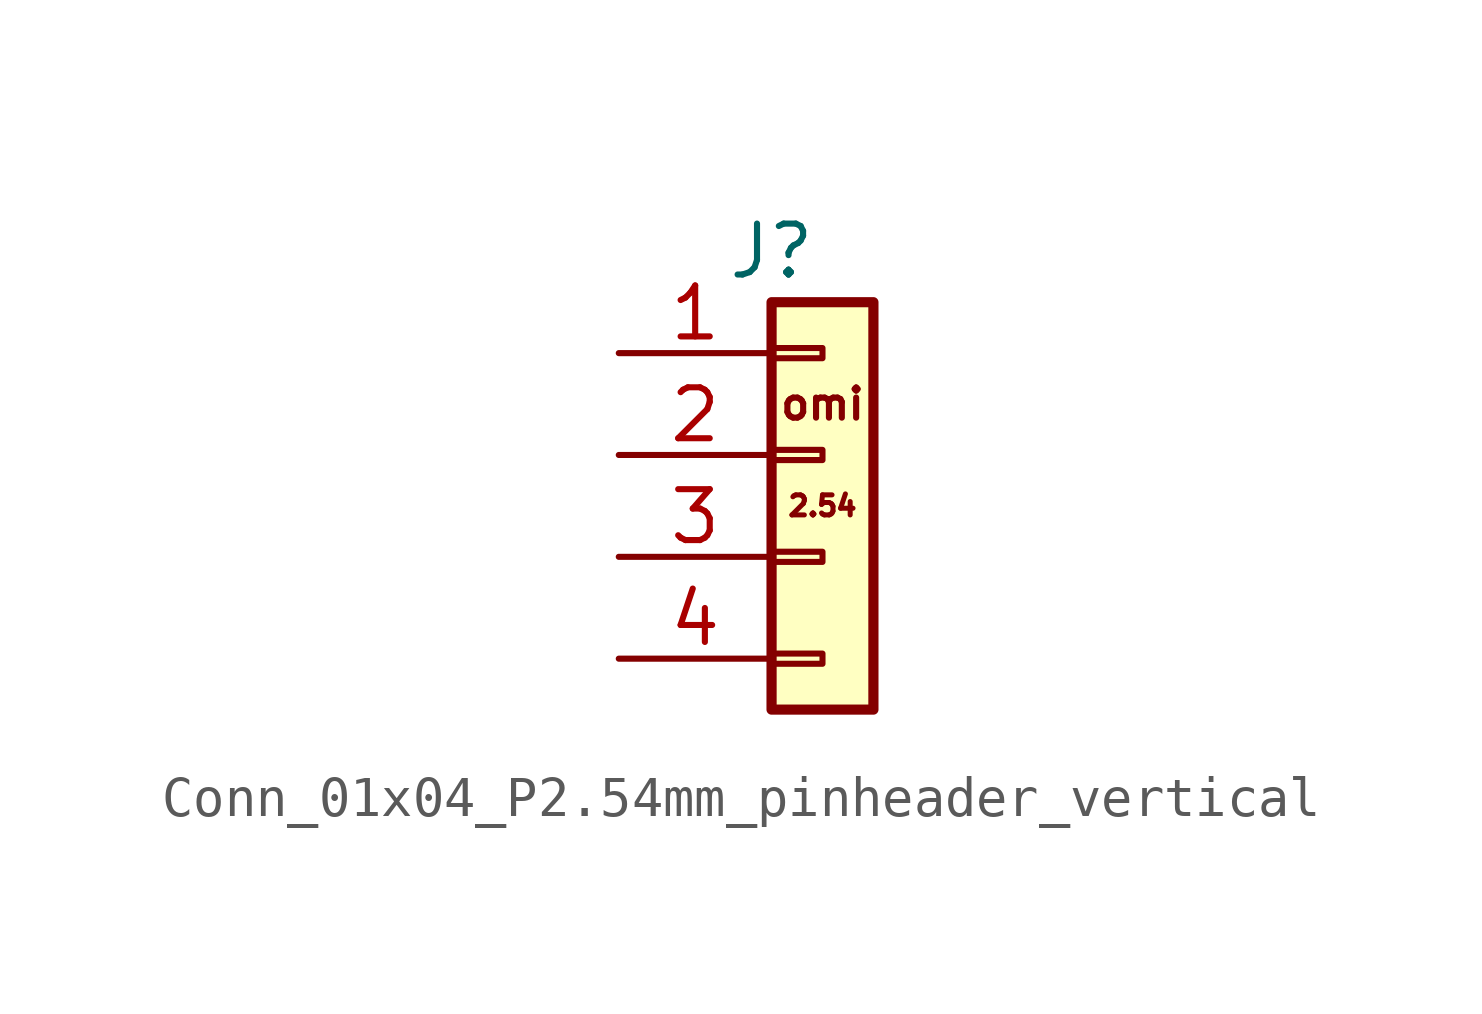
<source format=kicad_sym>
(kicad_symbol_lib
  (version 20220914)
  (generator kicad_symbol_editor)
  (symbol "Conn_01x04_P2.54mm_pinheader_vertical"
    (pin_names
      (offset 1.016) hide)
    (property "Reference" "J"
      (at -1.27 10.16 0)
      (effects (font (size 1.27 1.27))))
    (symbol "Conn_01x04_P2.54mm_pinheader_vertical_1_1"
      (rectangle (start -1.27 0.127) (end 0 -0.127) (stroke (width 0.152) (type default)) (fill (type none)))
      (rectangle (start -1.27 2.667) (end 0 2.413) (stroke (width 0.152) (type default)) (fill (type none)))
      (rectangle (start -1.27 5.207) (end 0 4.953) (stroke (width 0.152) (type default)) (fill (type none)))
      (rectangle (start -1.27 7.747) (end 0 7.493) (stroke (width 0.152) (type default)) (fill (type none)))
      (rectangle (start -1.27 8.89) (end 1.27 -1.27) (stroke (width 0.254) (type default)) (fill (type background)))
      (text "2.54" (at 0 3.81 0) (effects (font (size 0.5 0.5))))
      (text "omi" (at 0 6.35 0) (effects (font (size 0.75 0.75))))
      (pin passive line (at -5.08 7.62 0) (length 3.81) (name "Pin_1" (effects (font (size 1.27 1.27)))) (number "1" (effects (font (size 1.27 1.27)))))
      (pin passive line (at -5.08 5.08 0) (length 3.81) (name "Pin_2" (effects (font (size 1.27 1.27)))) (number "2" (effects (font (size 1.27 1.27)))))
      (pin passive line (at -5.08 2.54 0) (length 3.81) (name "Pin_3" (effects (font (size 1.27 1.27)))) (number "3" (effects (font (size 1.27 1.27)))))
      (pin passive line (at -5.08 0 0) (length 3.81) (name "Pin_4" (effects (font (size 1.27 1.27)))) (number "4" (effects (font (size 1.27 1.27))))))))
</source>
